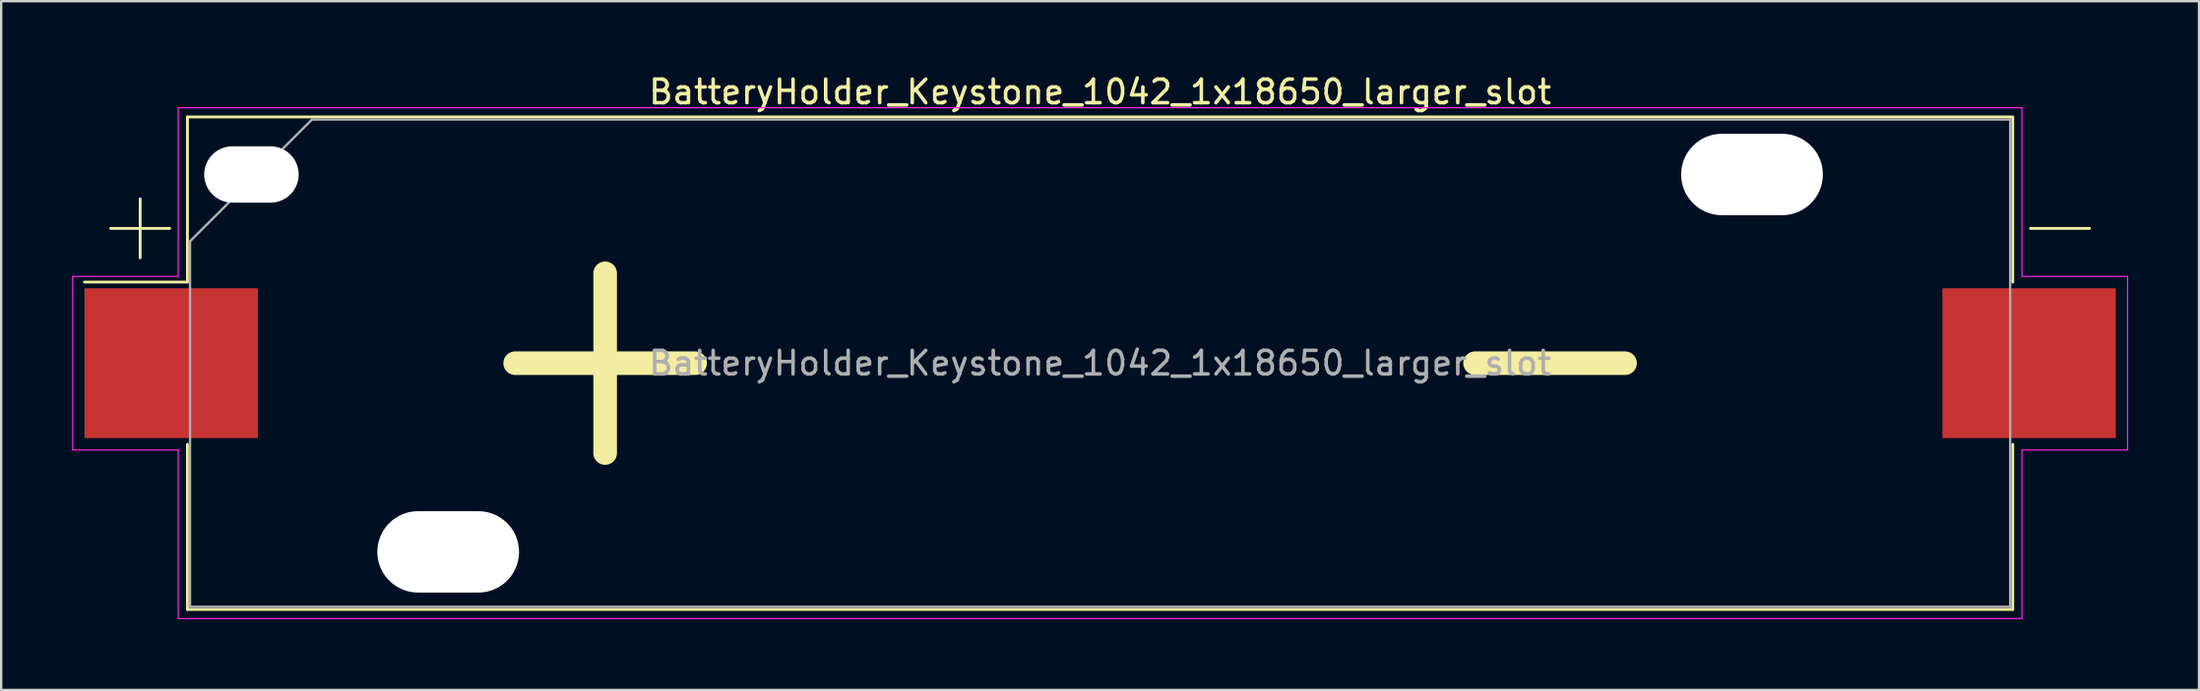
<source format=kicad_pcb>
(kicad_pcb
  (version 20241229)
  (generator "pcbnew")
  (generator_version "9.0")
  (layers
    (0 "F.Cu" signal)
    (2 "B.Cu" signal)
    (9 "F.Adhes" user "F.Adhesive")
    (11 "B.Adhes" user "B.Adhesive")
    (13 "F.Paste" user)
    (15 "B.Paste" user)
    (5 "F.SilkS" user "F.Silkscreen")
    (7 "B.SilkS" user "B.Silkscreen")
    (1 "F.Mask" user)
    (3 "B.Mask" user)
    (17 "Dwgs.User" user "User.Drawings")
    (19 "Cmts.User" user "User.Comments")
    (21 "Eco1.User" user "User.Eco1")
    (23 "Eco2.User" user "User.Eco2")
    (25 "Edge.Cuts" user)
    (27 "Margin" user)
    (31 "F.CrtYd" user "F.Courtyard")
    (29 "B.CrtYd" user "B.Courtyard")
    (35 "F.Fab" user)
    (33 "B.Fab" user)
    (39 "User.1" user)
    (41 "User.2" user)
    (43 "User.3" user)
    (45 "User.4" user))
  (footprint "BatteryHolder_Keystone_1042_1x18650_larger_slot"
    (layer "F.Cu")
    (at 43.525 12.348)
    (property "Reference" "BatteryHolder_Keystone_1042_1x18650_larger_slot" (at 0 -11.5 0) (layer "F.SilkS") (effects (font (size 1 1) (thickness 0.15))))
    (attr smd)
    (fp_line (start -41.89 -5.715) (end -39.39 -5.715) (stroke (width 0.12) (type solid)) (layer "F.SilkS"))
    (fp_line (start -40.64 -4.465) (end -40.64 -6.965) (stroke (width 0.12) (type solid)) (layer "F.SilkS"))
    (fp_line (start -38.64 -10.44) (end -38.64 -3.44) (stroke (width 0.12) (type solid)) (layer "F.SilkS"))
    (fp_line (start -38.64 -3.44) (end -43 -3.44) (stroke (width 0.12) (type solid)) (layer "F.SilkS"))
    (fp_line (start -38.64 10.44) (end -38.64 3.44) (stroke (width 0.12) (type solid)) (layer "F.SilkS"))
    (fp_line (start -24.765 0) (end -17.145 0) (stroke (width 1) (type default)) (layer "F.SilkS"))
    (fp_line (start -20.955 -3.81) (end -20.955 3.81) (stroke (width 1) (type default)) (layer "F.SilkS"))
    (fp_line (start 15.875 0) (end 22.225 0) (stroke (width 1) (type default)) (layer "F.SilkS"))
    (fp_line (start 38.64 -10.44) (end -38.64 -10.44) (stroke (width 0.12) (type solid)) (layer "F.SilkS"))
    (fp_line (start 38.64 -3.44) (end 38.64 -10.42) (stroke (width 0.12) (type solid)) (layer "F.SilkS"))
    (fp_line (start 38.64 3.44) (end 38.64 10.44) (stroke (width 0.12) (type solid)) (layer "F.SilkS"))
    (fp_line (start 38.64 10.44) (end -38.64 10.44) (stroke (width 0.12) (type solid)) (layer "F.SilkS"))
    (fp_line (start 41.89 -5.715) (end 39.39 -5.715) (stroke (width 0.12) (type solid)) (layer "F.SilkS"))
    (fp_line (start -43.5 -3.68) (end -39.03 -3.68) (stroke (width 0.05) (type solid)) (layer "F.CrtYd"))
    (fp_line (start -43.5 3.68) (end -43.5 -3.68) (stroke (width 0.05) (type solid)) (layer "F.CrtYd"))
    (fp_line (start -39.03 -10.83) (end -39.03 -3.68) (stroke (width 0.05) (type solid)) (layer "F.CrtYd"))
    (fp_line (start -39.03 -10.83) (end 39.03 -10.83) (stroke (width 0.05) (type solid)) (layer "F.CrtYd"))
    (fp_line (start -39.03 3.68) (end -43.5 3.68) (stroke (width 0.05) (type solid)) (layer "F.CrtYd"))
    (fp_line (start -39.03 10.83) (end -39.03 3.68) (stroke (width 0.05) (type solid)) (layer "F.CrtYd"))
    (fp_line (start -39.03 10.83) (end 39.03 10.83) (stroke (width 0.05) (type solid)) (layer "F.CrtYd"))
    (fp_line (start 39.03 -10.83) (end 39.03 -3.68) (stroke (width 0.05) (type solid)) (layer "F.CrtYd"))
    (fp_line (start 39.03 3.68) (end 43.5 3.68) (stroke (width 0.05) (type solid)) (layer "F.CrtYd"))
    (fp_line (start 39.03 10.83) (end 39.03 3.68) (stroke (width 0.05) (type solid)) (layer "F.CrtYd"))
    (fp_line (start 43.5 -3.68) (end 39.03 -3.68) (stroke (width 0.05) (type solid)) (layer "F.CrtYd"))
    (fp_line (start 43.5 3.68) (end 43.5 -3.68) (stroke (width 0.05) (type solid)) (layer "F.CrtYd"))
    (fp_line (start -38.53 -5.168) (end -38.53 10.33) (stroke (width 0.1) (type solid)) (layer "F.Fab"))
    (fp_line (start -38.53 10.33) (end 38.53 10.33) (stroke (width 0.1) (type solid)) (layer "F.Fab"))
    (fp_line (start -33.367 -10.33) (end -38.53 -5.168) (stroke (width 0.1) (type solid)) (layer "F.Fab"))
    (fp_line (start -33.367 -10.33) (end 38.53 -10.33) (stroke (width 0.1) (type solid)) (layer "F.Fab"))
    (fp_line (start 38.53 -10.33) (end 38.53 10.33) (stroke (width 0.1) (type solid)) (layer "F.Fab"))
    (fp_text user "${REFERENCE}" (at 0 0 0) (layer "F.Fab") (effects (font (size 1 1) (thickness 0.15))))
    (pad "" np_thru_hole oval (at -35.93 -8) (size 4 2.39) (drill oval 4 2.39) (layers "*.Cu" "*.Mask"))
    (pad "" np_thru_hole oval (at -27.6 8) (size 6 3.45) (drill oval 6 3.45) (layers "*.Cu" "*.Mask"))
    (pad "" np_thru_hole oval (at 27.6 -8) (size 6 3.45) (drill oval 6 3.45) (layers "*.Cu" "*.Mask"))
    (pad "1" smd rect (at -39.33 0) (size 7.34 6.35) (layers "F.Cu" "F.Mask" "F.Paste"))
    (pad "2" smd rect (at 39.33 0) (size 7.34 6.35) (layers "F.Cu" "F.Mask" "F.Paste")))
  (gr_rect
    (start -3 -3)
    (end 90.05 26.203)
    (stroke (width 0.1) (type default))
    (fill no)
    (layer "Edge.Cuts")))
</source>
